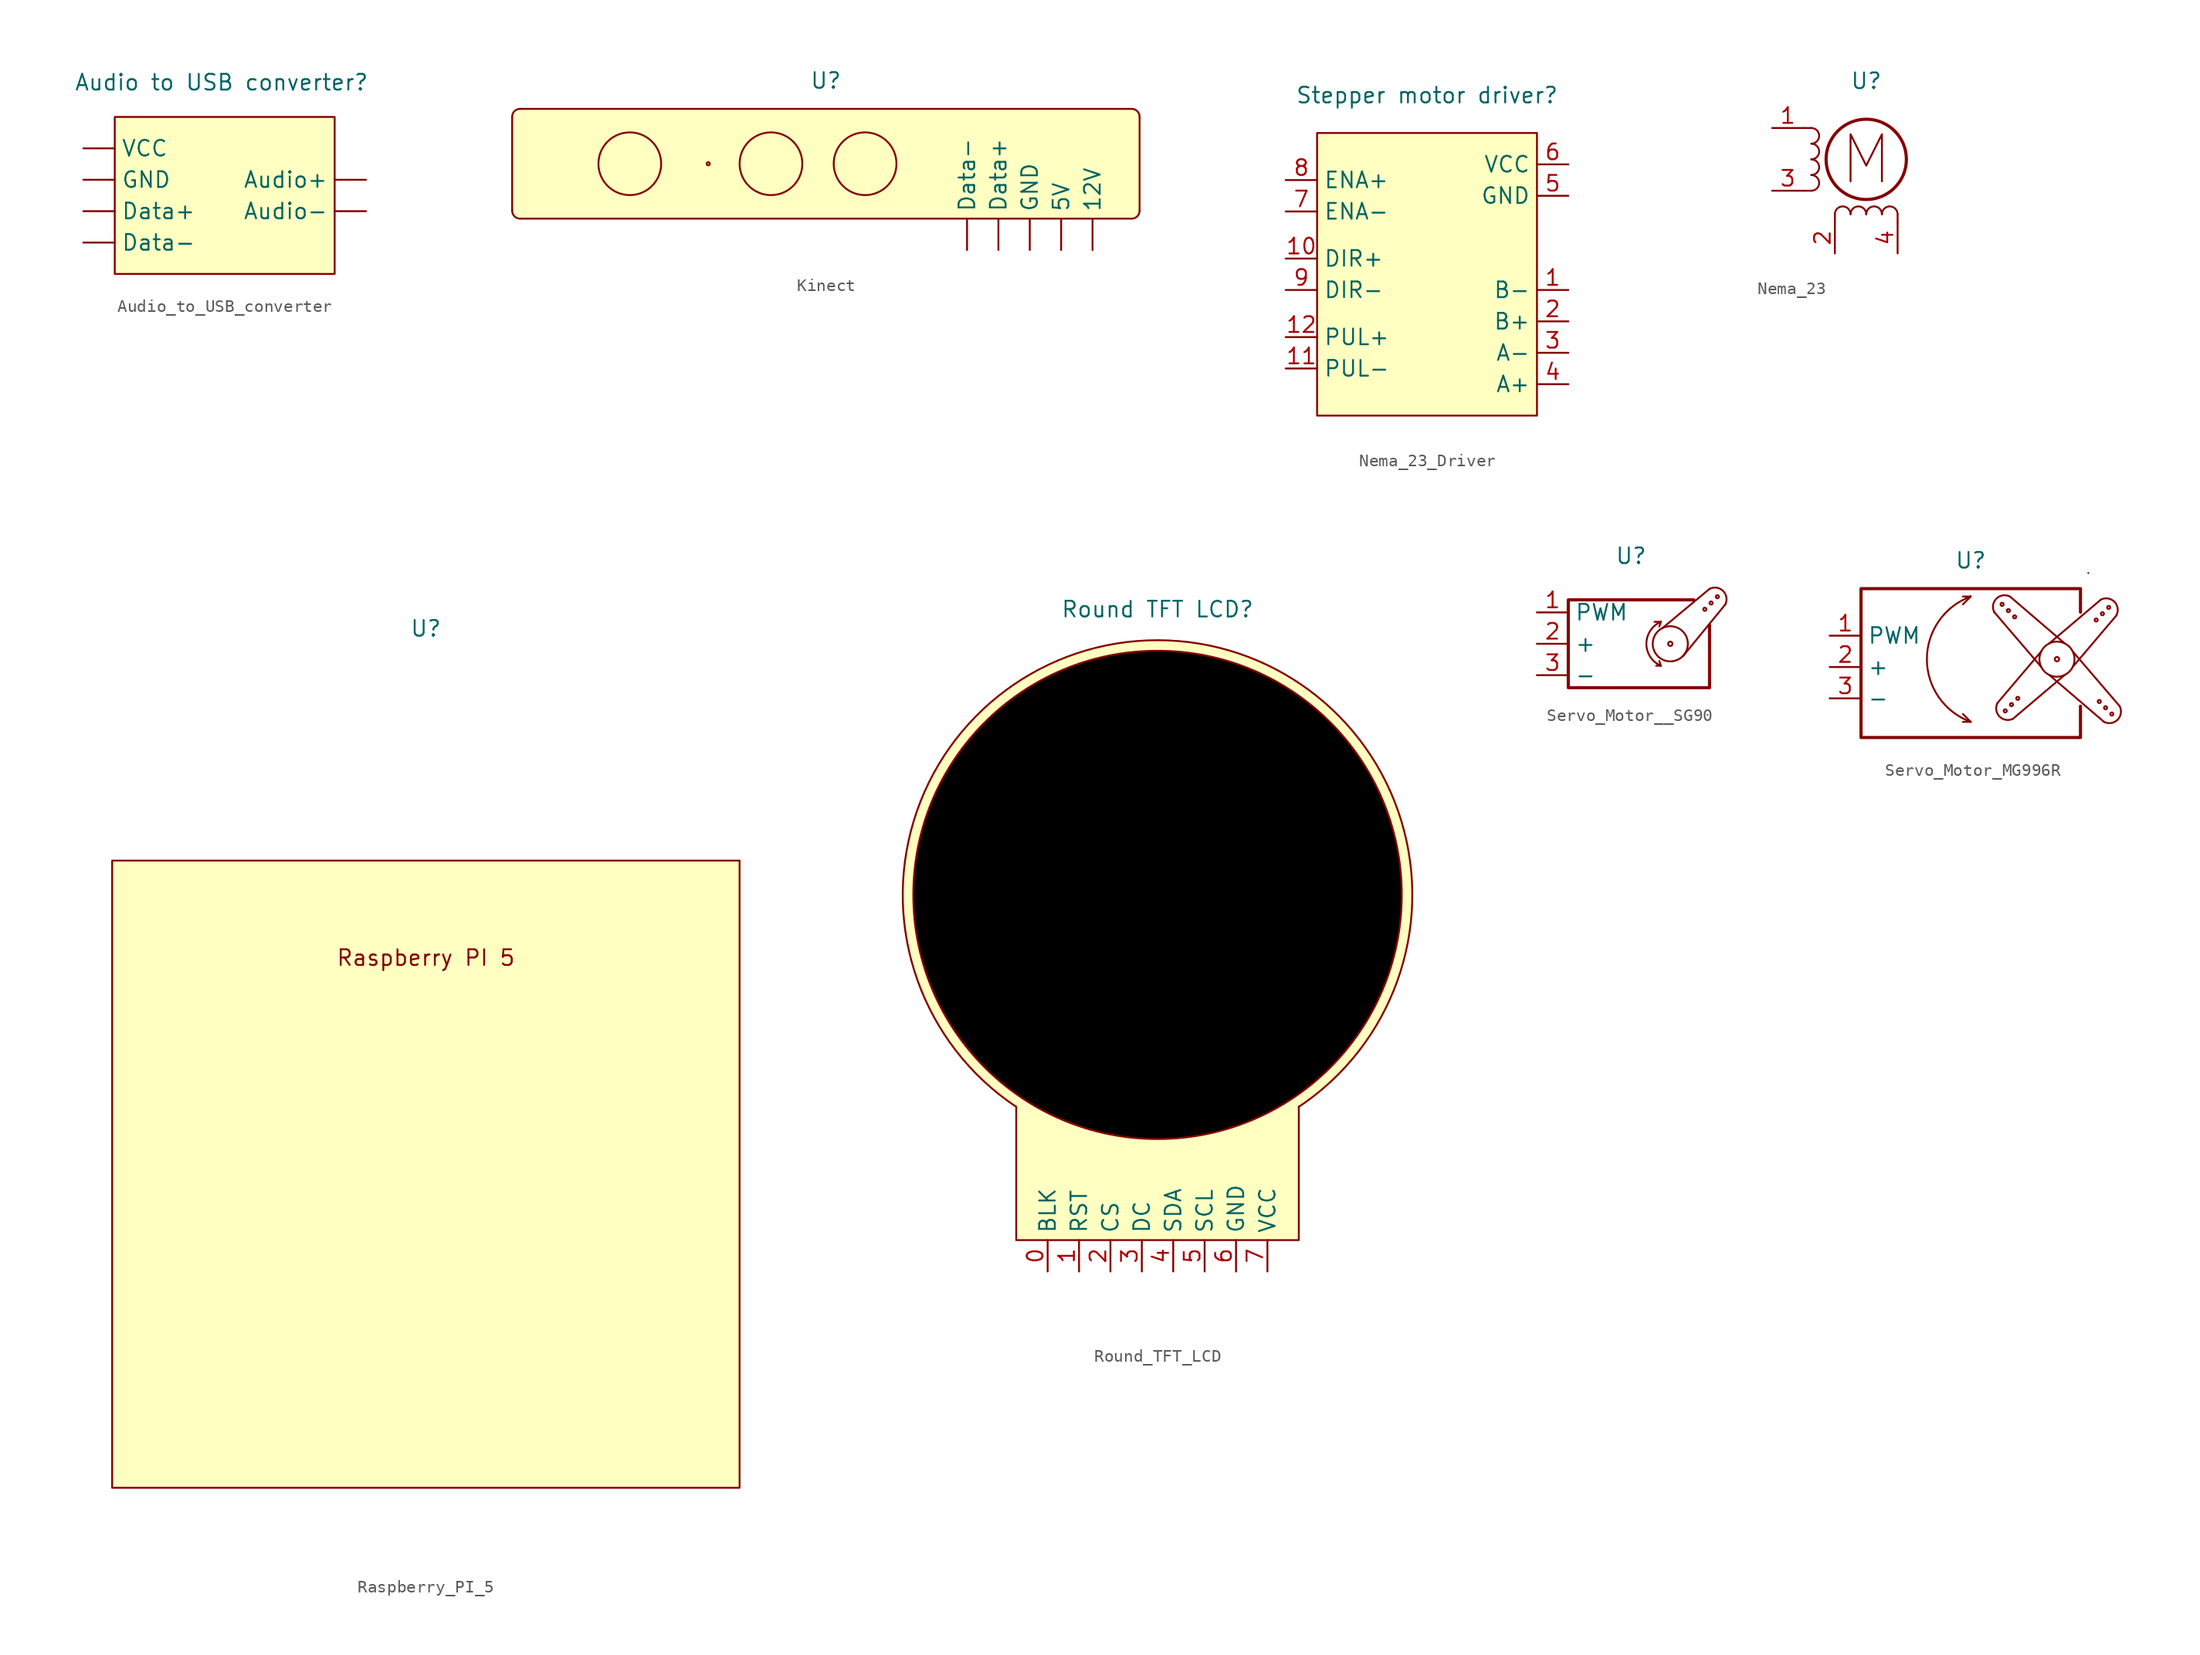
<source format=kicad_sym>
(kicad_symbol_lib
  (version 20231120)
  (generator "kicad_symbol_editor")
  (generator_version "8.0")
  (symbol "Audio_to_USB_converter"
    (property "Reference" "Audio to USB converter"
      (at -0.254 9.144 0)
      (effects (font (size 1.27 1.27))))
    (property "Value" ""
      (at 1.27 0 0)
      (effects (font (size 1.27 1.27))))
    (symbol "Audio_to_USB_converter_1_1"
      (rectangle (start -8.89 -6.35) (end 8.89 6.35) (stroke (width 0) (type default)) (fill (type background)))
      (pin input line (at 11.43 1.27 180) (length 2.54) (name "Audio+" (effects (font (size 1.27 1.27)))) (number "" (effects (font (size 1.27 1.27)))))
      (pin input line (at 11.43 -1.27 180) (length 2.54) (name "Audio-" (effects (font (size 1.27 1.27)))) (number "" (effects (font (size 1.27 1.27)))))
      (pin input line (at -11.43 -1.27 0) (length 2.54) (name "Data+" (effects (font (size 1.27 1.27)))) (number "" (effects (font (size 1.27 1.27)))))
      (pin input line (at -11.43 -3.81 0) (length 2.54) (name "Data-" (effects (font (size 1.27 1.27)))) (number "" (effects (font (size 1.27 1.27)))))
      (pin input line (at -11.43 1.27 0) (length 2.54) (name "GND" (effects (font (size 1.27 1.27)))) (number "" (effects (font (size 1.27 1.27)))))
      (pin input line (at -11.43 3.81 0) (length 2.54) (name "VCC" (effects (font (size 1.27 1.27)))) (number "" (effects (font (size 1.27 1.27)))))))
  (symbol "Kinect"
    (property "Reference" "U"
      (at 0 3.556 0)
      (effects (font (size 1.27 1.27))))
    (property "Value" ""
      (at 0 0 0)
      (effects (font (size 1.27 1.27))))
    (symbol "Kinect_0_1"
      (arc (start -25.4 -6.985) (mid -25.214 -7.434) (end -24.765 -7.62) (stroke (width 0) (type default)) (fill (type background)))
      (arc (start -24.765 1.27) (mid -25.214 1.084) (end -25.4 0.635) (stroke (width 0) (type default)) (fill (type background)))
      (circle (center -15.875 -3.175) (radius 2.54) (stroke (width 0) (type default)) (fill (type color) (color 0 0 0 1)))
      (circle (center -9.525 -3.175) (radius 0.127) (stroke (width 0) (type default)) (fill (type color) (color 0 0 0 1)))
      (circle (center -4.445 -3.175) (radius 2.54) (stroke (width 0) (type default)) (fill (type color) (color 0 0 0 1)))
      (polyline (pts (xy -25.4 -6.985) (xy -25.4 0.635)) (stroke (width 0) (type default)) (fill (type none)))
      (polyline (pts (xy -24.765 1.27) (xy 24.765 1.27)) (stroke (width 0) (type default)) (fill (type none)))
      (polyline (pts (xy 24.765 -7.62) (xy -24.765 -7.62)) (stroke (width 0) (type default)) (fill (type none)))
      (polyline (pts (xy 25.4 0.635) (xy 25.4 -6.985)) (stroke (width 0) (type default)) (fill (type none)))
      (circle (center 3.175 -3.175) (radius 2.54) (stroke (width 0) (type default)) (fill (type color) (color 0 0 0 1)))
      (arc (start 24.765 -7.62) (mid 25.214 -7.434) (end 25.4 -6.985) (stroke (width 0) (type default)) (fill (type background)))
      (arc (start 25.4 0.635) (mid 25.214 1.084) (end 24.765 1.27) (stroke (width 0) (type default)) (fill (type background))))
    (symbol "Kinect_1_1"
      (polyline (pts (xy 24.765 1.27) (xy -24.765 1.27) (xy -24.765 -7.62) (xy 24.765 -7.62) (xy 24.765 1.27)) (stroke (width -0.0001) (type default)) (fill (type background)))
      (polyline (pts (xy 25.4 0.635) (xy 25.4 -6.985) (xy -25.4 -6.985) (xy -25.4 0.635) (xy 25.4 0.635)) (stroke (width -0.0001) (type default)) (fill (type background)))
      (pin input line (at 21.59 -10.16 90) (length 2.54) (name "12V" (effects (font (size 1.27 1.27)))) (number "" (effects (font (size 1.27 1.27)))))
      (pin input line (at 19.05 -10.16 90) (length 2.54) (name "5V" (effects (font (size 1.27 1.27)))) (number "" (effects (font (size 1.27 1.27)))))
      (pin input line (at 13.97 -10.16 90) (length 2.54) (name "Data+" (effects (font (size 1.27 1.27)))) (number "" (effects (font (size 1.27 1.27)))))
      (pin input line (at 11.43 -10.16 90) (length 2.54) (name "Data-" (effects (font (size 1.27 1.27)))) (number "" (effects (font (size 1.27 1.27)))))
      (pin input line (at 16.51 -10.16 90) (length 2.54) (name "GND" (effects (font (size 1.27 1.27)))) (number "" (effects (font (size 1.27 1.27)))))))
  (symbol "Nema_23_Driver"
    (property "Reference" "Stepper motor driver"
      (at 0 14.478 0)
      (effects (font (size 1.27 1.27))))
    (property "Value" ""
      (at 0 3.81 0)
      (effects (font (size 1.27 1.27))))
    (symbol "Nema_23_Driver_1_1"
      (rectangle (start -8.89 11.43) (end 8.89 -11.43) (stroke (width 0) (type default)) (fill (type background)))
      (pin input line (at 11.43 -1.27 180) (length 2.54) (name "B-" (effects (font (size 1.27 1.27)))) (number "1" (effects (font (size 1.27 1.27)))))
      (pin input line (at -11.43 1.27 0) (length 2.54) (name "DIR+" (effects (font (size 1.27 1.27)))) (number "10" (effects (font (size 1.27 1.27)))))
      (pin input line (at -11.43 -7.62 0) (length 2.54) (name "PUL-" (effects (font (size 1.27 1.27)))) (number "11" (effects (font (size 1.27 1.27)))))
      (pin input line (at -11.43 -5.08 0) (length 2.54) (name "PUL+" (effects (font (size 1.27 1.27)))) (number "12" (effects (font (size 1.27 1.27)))))
      (pin input line (at 11.43 -3.81 180) (length 2.54) (name "B+" (effects (font (size 1.27 1.27)))) (number "2" (effects (font (size 1.27 1.27)))))
      (pin input line (at 11.43 -6.35 180) (length 2.54) (name "A-" (effects (font (size 1.27 1.27)))) (number "3" (effects (font (size 1.27 1.27)))))
      (pin input line (at 11.43 -8.89 180) (length 2.54) (name "A+" (effects (font (size 1.27 1.27)))) (number "4" (effects (font (size 1.27 1.27)))))
      (pin input line (at 11.43 6.35 180) (length 2.54) (name "GND" (effects (font (size 1.27 1.27)))) (number "5" (effects (font (size 1.27 1.27)))))
      (pin input line (at 11.43 8.89 180) (length 2.54) (name "VCC" (effects (font (size 1.27 1.27)))) (number "6" (effects (font (size 1.27 1.27)))))
      (pin input line (at -11.43 5.08 0) (length 2.54) (name "ENA-" (effects (font (size 1.27 1.27)))) (number "7" (effects (font (size 1.27 1.27)))))
      (pin input line (at -11.43 7.62 0) (length 2.54) (name "ENA+" (effects (font (size 1.27 1.27)))) (number "8" (effects (font (size 1.27 1.27)))))
      (pin input line (at -11.43 -1.27 0) (length 2.54) (name "DIR-" (effects (font (size 1.27 1.27)))) (number "9" (effects (font (size 1.27 1.27)))))))
  (symbol "Nema_23"
    (property "Reference" "U"
      (at 0 6.35 0)
      (effects (font (size 1.27 1.27))))
    (property "Value" ""
      (at -15.24 2.54 0)
      (effects (font (size 1.27 1.27))))
    (symbol "Nema_23_0_0"
      (polyline (pts (xy -1.27 -1.778) (xy -1.27 2.032) (xy 0 -0.508) (xy 1.27 2.032) (xy 1.27 -1.778)) (stroke (width 0) (type default)) (fill (type none))))
    (symbol "Nema_23_0_1"
      (arc (start -4.445 -2.54) (mid -3.813 -1.905) (end -4.445 -1.27) (stroke (width 0) (type default)) (fill (type none)))
      (arc (start -4.445 -1.27) (mid -3.813 -0.635) (end -4.445 0) (stroke (width 0) (type default)) (fill (type none)))
      (arc (start -4.445 0) (mid -3.813 0.635) (end -4.445 1.27) (stroke (width 0) (type default)) (fill (type none)))
      (arc (start -4.445 1.27) (mid -3.813 1.905) (end -4.445 2.54) (stroke (width 0) (type default)) (fill (type none)))
      (arc (start -1.27 -4.445) (mid -1.905 -3.8127) (end -2.54 -4.445) (stroke (width 0) (type default)) (fill (type none)))
      (arc (start 0 -4.445) (mid -0.635 -3.8127) (end -1.27 -4.445) (stroke (width 0) (type default)) (fill (type none)))
      (polyline (pts (xy -5.08 -2.54) (xy -4.445 -2.54)) (stroke (width 0) (type default)) (fill (type none)))
      (polyline (pts (xy -5.08 2.54) (xy -4.445 2.54)) (stroke (width 0) (type default)) (fill (type none)))
      (polyline (pts (xy -2.54 -5.08) (xy -2.54 -4.445)) (stroke (width 0) (type default)) (fill (type none)))
      (polyline (pts (xy 2.54 -5.08) (xy 2.54 -4.445)) (stroke (width 0) (type default)) (fill (type none)))
      (circle (center 0 0) (radius 3.251) (stroke (width 0.254) (type default)) (fill (type none)))
      (arc (start 1.27 -4.445) (mid 0.635 -3.8127) (end 0 -4.445) (stroke (width 0) (type default)) (fill (type none)))
      (arc (start 2.54 -4.445) (mid 1.905 -3.8127) (end 1.27 -4.445) (stroke (width 0) (type default)) (fill (type none))))
    (symbol "Nema_23_1_1"
      (pin passive line (at -7.62 2.54 0) (length 2.54) (name "" (effects (font (size 1.27 1.27)))) (number "1" (effects (font (size 1.27 1.27)))))
      (pin passive line (at -2.54 -7.62 90) (length 2.54) (name "" (effects (font (size 1.27 1.27)))) (number "2" (effects (font (size 1.27 1.27)))))
      (pin passive line (at -7.62 -2.54 0) (length 2.54) (name "" (effects (font (size 1.27 1.27)))) (number "3" (effects (font (size 1.27 1.27)))))
      (pin passive line (at 2.54 -7.62 90) (length 2.54) (name "" (effects (font (size 1.27 1.27)))) (number "4" (effects (font (size 1.27 1.27)))))))
  (symbol "Raspberry_PI_5"
    (property "Reference" "U"
      (at 0 44.196 0)
      (effects (font (size 1.27 1.27))))
    (property "Value" ""
      (at 0 0 0)
      (effects (font (size 1.27 1.27))))
    (symbol "Raspberry_PI_5_1_1"
      (rectangle (start -25.4 25.4) (end 25.4 -25.4) (stroke (width 0) (type default)) (fill (type background)))
      (text "Raspberry PI 5" (at 0 17.526 0) (effects (font (size 1.27 1.27))))))
  (symbol "Round_TFT_LCD"
    (property "Reference" "Round TFT LCD"
      (at 0 23.114 0)
      (effects (font (size 1.27 1.27))))
    (property "Value" ""
      (at -5.08 -15.24 0)
      (effects (font (size 1.27 1.27))))
    (symbol "Round_TFT_LCD_0_1"
      (polyline (pts (xy -11.43 -17.145) (xy -11.43 -27.94) (xy 11.43 -27.94) (xy 11.43 -17.145)) (stroke (width 0) (type default)) (fill (type background)))
      (arc (start 11.43 -17.1531) (mid 0 20.6125) (end -11.43 -17.1531) (stroke (width 0) (type default)) (fill (type background))))
    (symbol "Round_TFT_LCD_1_1"
      (polyline (pts (xy -11.43 -17.145) (xy 0 0) (xy 11.43 -17.145) (xy -11.43 -17.145)) (stroke (width -0.0001) (type default)) (fill (type background)))
      (circle (center 0 0) (radius 19.757) (stroke (width 0) (type default)) (fill (type color) (color 0 0 0 1)))
      (pin input line (at -8.89 -30.48 90) (length 2.54) (name "BLK" (effects (font (size 1.27 1.27)))) (number "0" (effects (font (size 1.27 1.27)))))
      (pin input line (at -6.35 -30.48 90) (length 2.54) (name "RST" (effects (font (size 1.27 1.27)))) (number "1" (effects (font (size 1.27 1.27)))))
      (pin input line (at -3.81 -30.48 90) (length 2.54) (name "CS" (effects (font (size 1.27 1.27)))) (number "2" (effects (font (size 1.27 1.27)))))
      (pin input line (at -1.27 -30.48 90) (length 2.54) (name "DC" (effects (font (size 1.27 1.27)))) (number "3" (effects (font (size 1.27 1.27)))))
      (pin input line (at 1.27 -30.48 90) (length 2.54) (name "SDA" (effects (font (size 1.27 1.27)))) (number "4" (effects (font (size 1.27 1.27)))))
      (pin input line (at 3.81 -30.48 90) (length 2.54) (name "SCL" (effects (font (size 1.27 1.27)))) (number "5" (effects (font (size 1.27 1.27)))))
      (pin input line (at 6.35 -30.48 90) (length 2.54) (name "GND" (effects (font (size 1.27 1.27)))) (number "6" (effects (font (size 1.27 1.27)))))
      (pin input line (at 8.89 -30.48 90) (length 2.54) (name "VCC" (effects (font (size 1.27 1.27)))) (number "7" (effects (font (size 1.27 1.27)))))))
  (symbol "Servo_Motor__SG90"
    (property "Reference" "U"
      (at 0 7.112 0)
      (effects (font (size 1.27 1.27))))
    (property "Value" ""
      (at 0 0 0)
      (effects (font (size 1.27 1.27))))
    (symbol "Servo_Motor__SG90_0_1"
      (polyline (pts (xy 2.413 -1.778) (xy 2.032 -1.778)) (stroke (width 0) (type default)) (fill (type none)))
      (polyline (pts (xy 2.413 -1.778) (xy 2.286 -1.397)) (stroke (width 0) (type default)) (fill (type none)))
      (polyline (pts (xy 2.413 1.778) (xy 1.905 1.778)) (stroke (width 0) (type default)) (fill (type none)))
      (polyline (pts (xy 2.413 1.778) (xy 2.286 1.397)) (stroke (width 0) (type default)) (fill (type none)))
      (polyline (pts (xy 6.35 4.445) (xy 2.54 1.27)) (stroke (width 0) (type default)) (fill (type none)))
      (polyline (pts (xy 7.62 3.175) (xy 4.191 -1.016)) (stroke (width 0) (type default)) (fill (type none)))
      (polyline (pts (xy 5.08 3.556) (xy -5.08 3.556) (xy -5.08 -3.556) (xy 6.35 -3.556) (xy 6.35 1.524)) (stroke (width 0.254) (type default)) (fill (type none)))
      (arc (start 2.413 1.778) (mid 1.2406 0) (end 2.413 -1.778) (stroke (width 0) (type default)) (fill (type none)))
      (circle (center 3.175 0) (radius 0.178) (stroke (width 0) (type default)) (fill (type none)))
      (circle (center 3.175 0) (radius 1.422) (stroke (width 0) (type default)) (fill (type none)))
      (circle (center 5.969 2.794) (radius 0.127) (stroke (width 0) (type default)) (fill (type none)))
      (circle (center 6.477 3.302) (radius 0.127) (stroke (width 0) (type default)) (fill (type none)))
      (circle (center 6.985 3.81) (radius 0.127) (stroke (width 0) (type default)) (fill (type none)))
      (arc (start 7.62 3.175) (mid 7.4485 4.2735) (end 6.35 4.445) (stroke (width 0) (type default)) (fill (type none))))
    (symbol "Servo_Motor__SG90_1_1"
      (pin passive line (at -7.62 2.54 0) (length 2.54) (name "PWM" (effects (font (size 1.27 1.27)))) (number "1" (effects (font (size 1.27 1.27)))))
      (pin passive line (at -7.62 0 0) (length 2.54) (name "+" (effects (font (size 1.27 1.27)))) (number "2" (effects (font (size 1.27 1.27)))))
      (pin passive line (at -7.62 -2.54 0) (length 2.54) (name "-" (effects (font (size 1.27 1.27)))) (number "3" (effects (font (size 1.27 1.27)))))))
  (symbol "Servo_Motor_MG996R"
    (property "Reference" "U"
      (at 0 8.636 0)
      (effects (font (size 1.27 1.27))))
    (property "Value" ""
      (at 5.08 0.635 0)
      (effects (font (size 1.27 1.27))))
    (symbol "Servo_Motor_MG996R_0_1"
      (polyline (pts (xy 0 -4.445) (xy -0.635 -4.445)) (stroke (width 0) (type default)) (fill (type none)))
      (polyline (pts (xy 0 -4.445) (xy -0.635 -3.81)) (stroke (width 0) (type default)) (fill (type none)))
      (polyline (pts (xy 0 5.715) (xy -0.635 5.08)) (stroke (width 0) (type default)) (fill (type none)))
      (polyline (pts (xy 0 5.715) (xy -0.635 5.715)) (stroke (width 0) (type default)) (fill (type none)))
      (polyline (pts (xy 1.905 4.445) (xy 5.715 0)) (stroke (width 0) (type default)) (fill (type none)))
      (polyline (pts (xy 2.159 -2.921) (xy 5.715 1.27)) (stroke (width 0) (type default)) (fill (type none)))
      (polyline (pts (xy 3.175 5.715) (xy 7.62 1.905)) (stroke (width 0) (type default)) (fill (type none)))
      (polyline (pts (xy 3.429 -4.191) (xy 7.62 -0.635)) (stroke (width 0) (type default)) (fill (type none)))
      (polyline (pts (xy 9.525 7.62) (xy 9.525 7.62)) (stroke (width 0) (type default)) (fill (type none)))
      (polyline (pts (xy 10.541 5.461) (xy 6.35 1.905)) (stroke (width 0) (type default)) (fill (type none)))
      (polyline (pts (xy 10.795 -4.445) (xy 6.35 -0.635)) (stroke (width 0) (type default)) (fill (type none)))
      (polyline (pts (xy 11.811 4.191) (xy 8.255 0)) (stroke (width 0) (type default)) (fill (type none)))
      (polyline (pts (xy 12.065 -3.175) (xy 8.255 1.27)) (stroke (width 0) (type default)) (fill (type none)))
      (polyline (pts (xy 8.89 -3.175) (xy 8.89 -5.715) (xy -8.89 -5.715) (xy -8.89 6.35) (xy 8.89 6.35) (xy 8.89 4.445)) (stroke (width 0.254) (type default)) (fill (type none)))
      (arc (start 0 5.715) (mid -3.5546 0.635) (end 0 -4.445) (stroke (width 0) (type default)) (fill (type none)))
      (arc (start 2.159 -2.921) (mid 2.3303 -4.0197) (end 3.429 -4.191) (stroke (width 0) (type default)) (fill (type none)))
      (circle (center 2.54 5.08) (radius 0.127) (stroke (width 0) (type default)) (fill (type none)))
      (circle (center 2.794 -3.556) (radius 0.127) (stroke (width 0) (type default)) (fill (type none)))
      (circle (center 3.048 4.572) (radius 0.127) (stroke (width 0) (type default)) (fill (type none)))
      (arc (start 3.175 5.715) (mid 2.0763 5.5437) (end 1.905 4.445) (stroke (width 0) (type default)) (fill (type none)))
      (circle (center 3.302 -3.048) (radius 0.127) (stroke (width 0) (type default)) (fill (type none)))
      (circle (center 3.556 4.064) (radius 0.127) (stroke (width 0) (type default)) (fill (type none)))
      (circle (center 3.81 -2.54) (radius 0.127) (stroke (width 0) (type default)) (fill (type none)))
      (circle (center 6.985 0.635) (radius 0.178) (stroke (width 0) (type default)) (fill (type none)))
      (circle (center 6.985 0.635) (radius 1.422) (stroke (width 0) (type default)) (fill (type none)))
      (circle (center 10.16 3.81) (radius 0.127) (stroke (width 0) (type default)) (fill (type none)))
      (circle (center 10.414 -2.794) (radius 0.127) (stroke (width 0) (type default)) (fill (type none)))
      (circle (center 10.668 4.318) (radius 0.127) (stroke (width 0) (type default)) (fill (type none)))
      (arc (start 10.795 -4.445) (mid 11.8937 -4.2737) (end 12.065 -3.175) (stroke (width 0) (type default)) (fill (type none)))
      (circle (center 10.922 -3.302) (radius 0.127) (stroke (width 0) (type default)) (fill (type none)))
      (circle (center 11.176 4.826) (radius 0.127) (stroke (width 0) (type default)) (fill (type none)))
      (circle (center 11.43 -3.81) (radius 0.127) (stroke (width 0) (type default)) (fill (type none)))
      (arc (start 11.811 4.191) (mid 11.6397 5.2897) (end 10.541 5.461) (stroke (width 0) (type default)) (fill (type none))))
    (symbol "Servo_Motor_MG996R_1_1"
      (pin passive line (at -11.43 2.54 0) (length 2.54) (name "PWM" (effects (font (size 1.27 1.27)))) (number "1" (effects (font (size 1.27 1.27)))))
      (pin passive line (at -11.43 0 0) (length 2.54) (name "+" (effects (font (size 1.27 1.27)))) (number "2" (effects (font (size 1.27 1.27)))))
      (pin passive line (at -11.43 -2.54 0) (length 2.54) (name "-" (effects (font (size 1.27 1.27)))) (number "3" (effects (font (size 1.27 1.27))))))))
</source>
